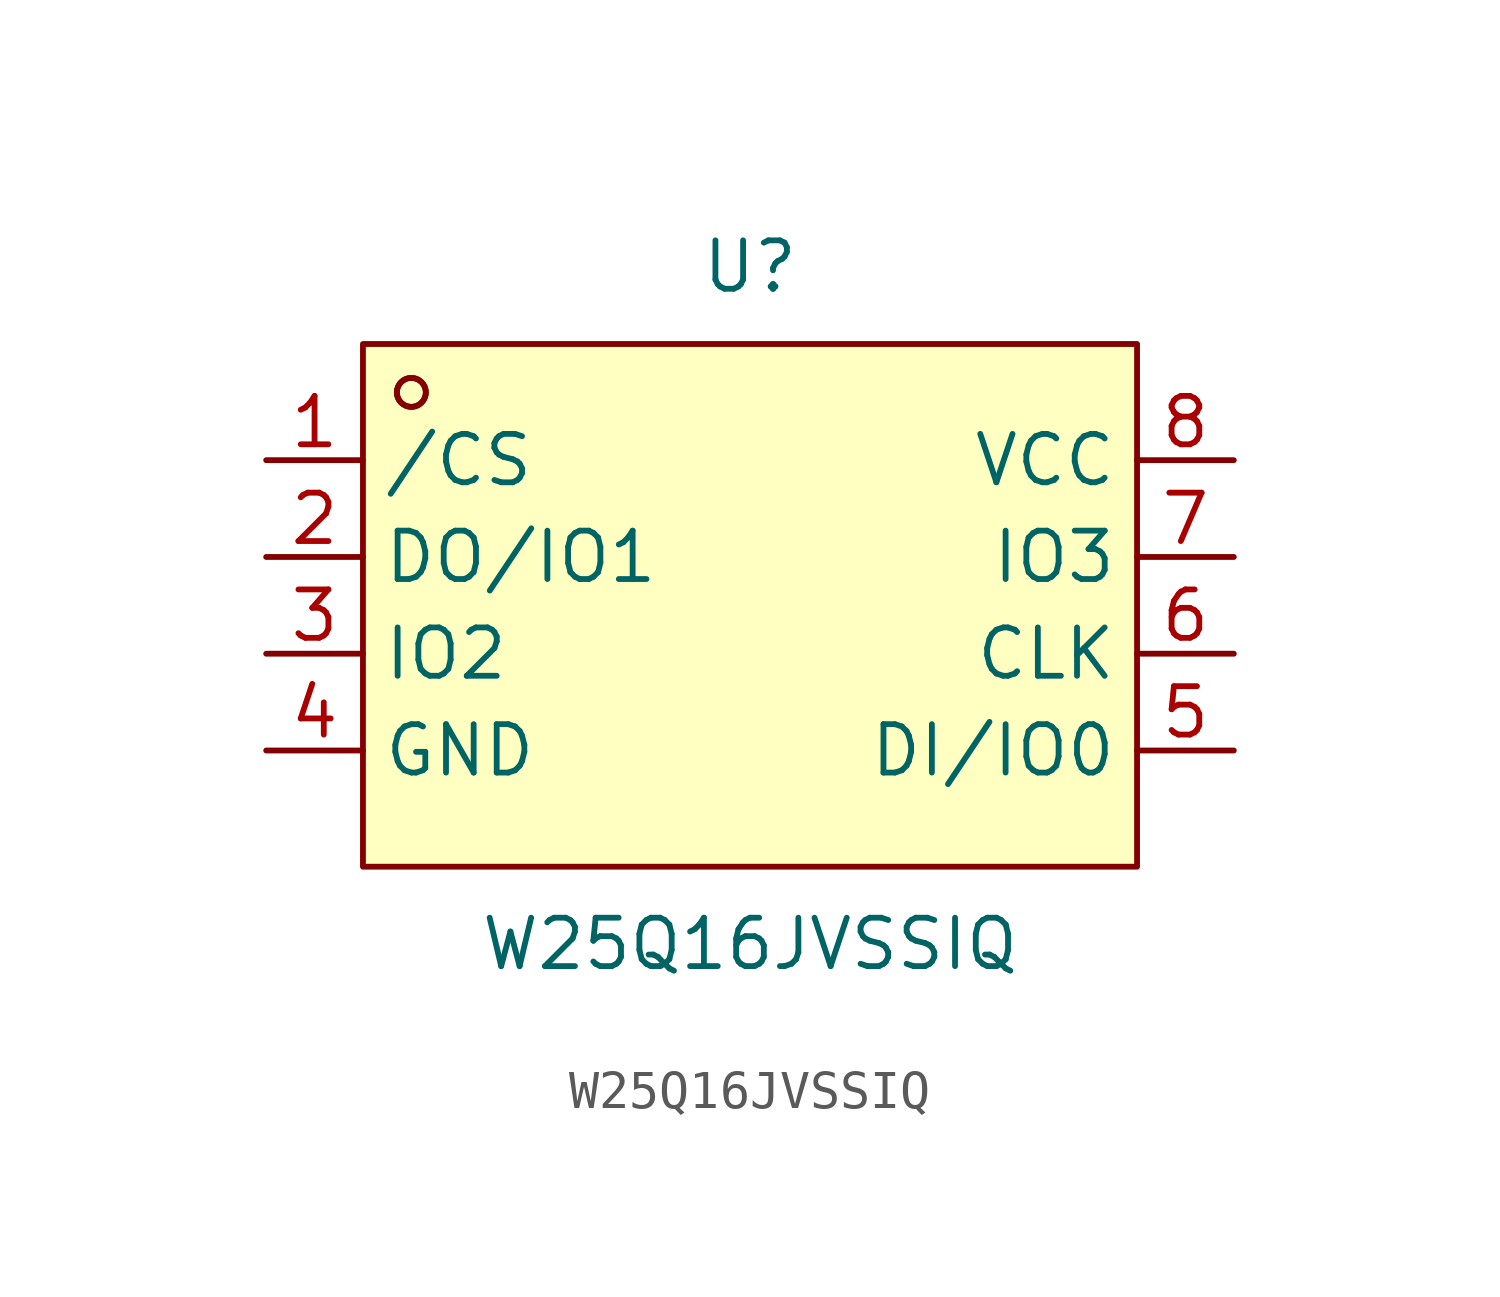
<source format=kicad_sym>
(kicad_symbol_lib
  (version 20220914)
  (generator kicad_symbol_editor)
  (symbol "W25Q16JVSSIQ"
    (property "Reference" "U"
      (at 0 8.89 0)
      (effects (font (size 1.27 1.27))))
    (property "Value" "W25Q16JVSSIQ"
      (at 0 -8.89 0)
      (effects (font (size 1.27 1.27))))
    (symbol "W25Q16JVSSIQ_0_1"
      (rectangle (start -10.16 6.86) (end 10.16 -6.86) (stroke (width 0) (type default)) (fill (type background)))
      (circle (center -8.89 5.59) (radius 0.38) (stroke (width 0) (type default)) (fill (type none)))
      (circle (center -8.89 5.59) (radius 0.38) (stroke (width 0) (type default)) (fill (type none))))
    (symbol "W25Q16JVSSIQ_1_1"
      (pin input line (at -12.7 3.81 0) (length 2.54) (name "/CS" (effects (font (size 1.27 1.27)))) (number "1" (effects (font (size 1.27 1.27)))))
      (pin bidirectional line (at -12.7 1.27 0) (length 2.54) (name "DO/IO1" (effects (font (size 1.27 1.27)))) (number "2" (effects (font (size 1.27 1.27)))))
      (pin bidirectional line (at -12.7 -1.27 0) (length 2.54) (name "IO2" (effects (font (size 1.27 1.27)))) (number "3" (effects (font (size 1.27 1.27)))))
      (pin power_in line (at -12.7 -3.81 0) (length 2.54) (name "GND" (effects (font (size 1.27 1.27)))) (number "4" (effects (font (size 1.27 1.27)))))
      (pin bidirectional line (at 12.7 -3.81 180) (length 2.54) (name "DI/IO0" (effects (font (size 1.27 1.27)))) (number "5" (effects (font (size 1.27 1.27)))))
      (pin input line (at 12.7 -1.27 180) (length 2.54) (name "CLK" (effects (font (size 1.27 1.27)))) (number "6" (effects (font (size 1.27 1.27)))))
      (pin bidirectional line (at 12.7 1.27 180) (length 2.54) (name "IO3" (effects (font (size 1.27 1.27)))) (number "7" (effects (font (size 1.27 1.27)))))
      (pin power_in line (at 12.7 3.81 180) (length 2.54) (name "VCC" (effects (font (size 1.27 1.27)))) (number "8" (effects (font (size 1.27 1.27))))))))
</source>
